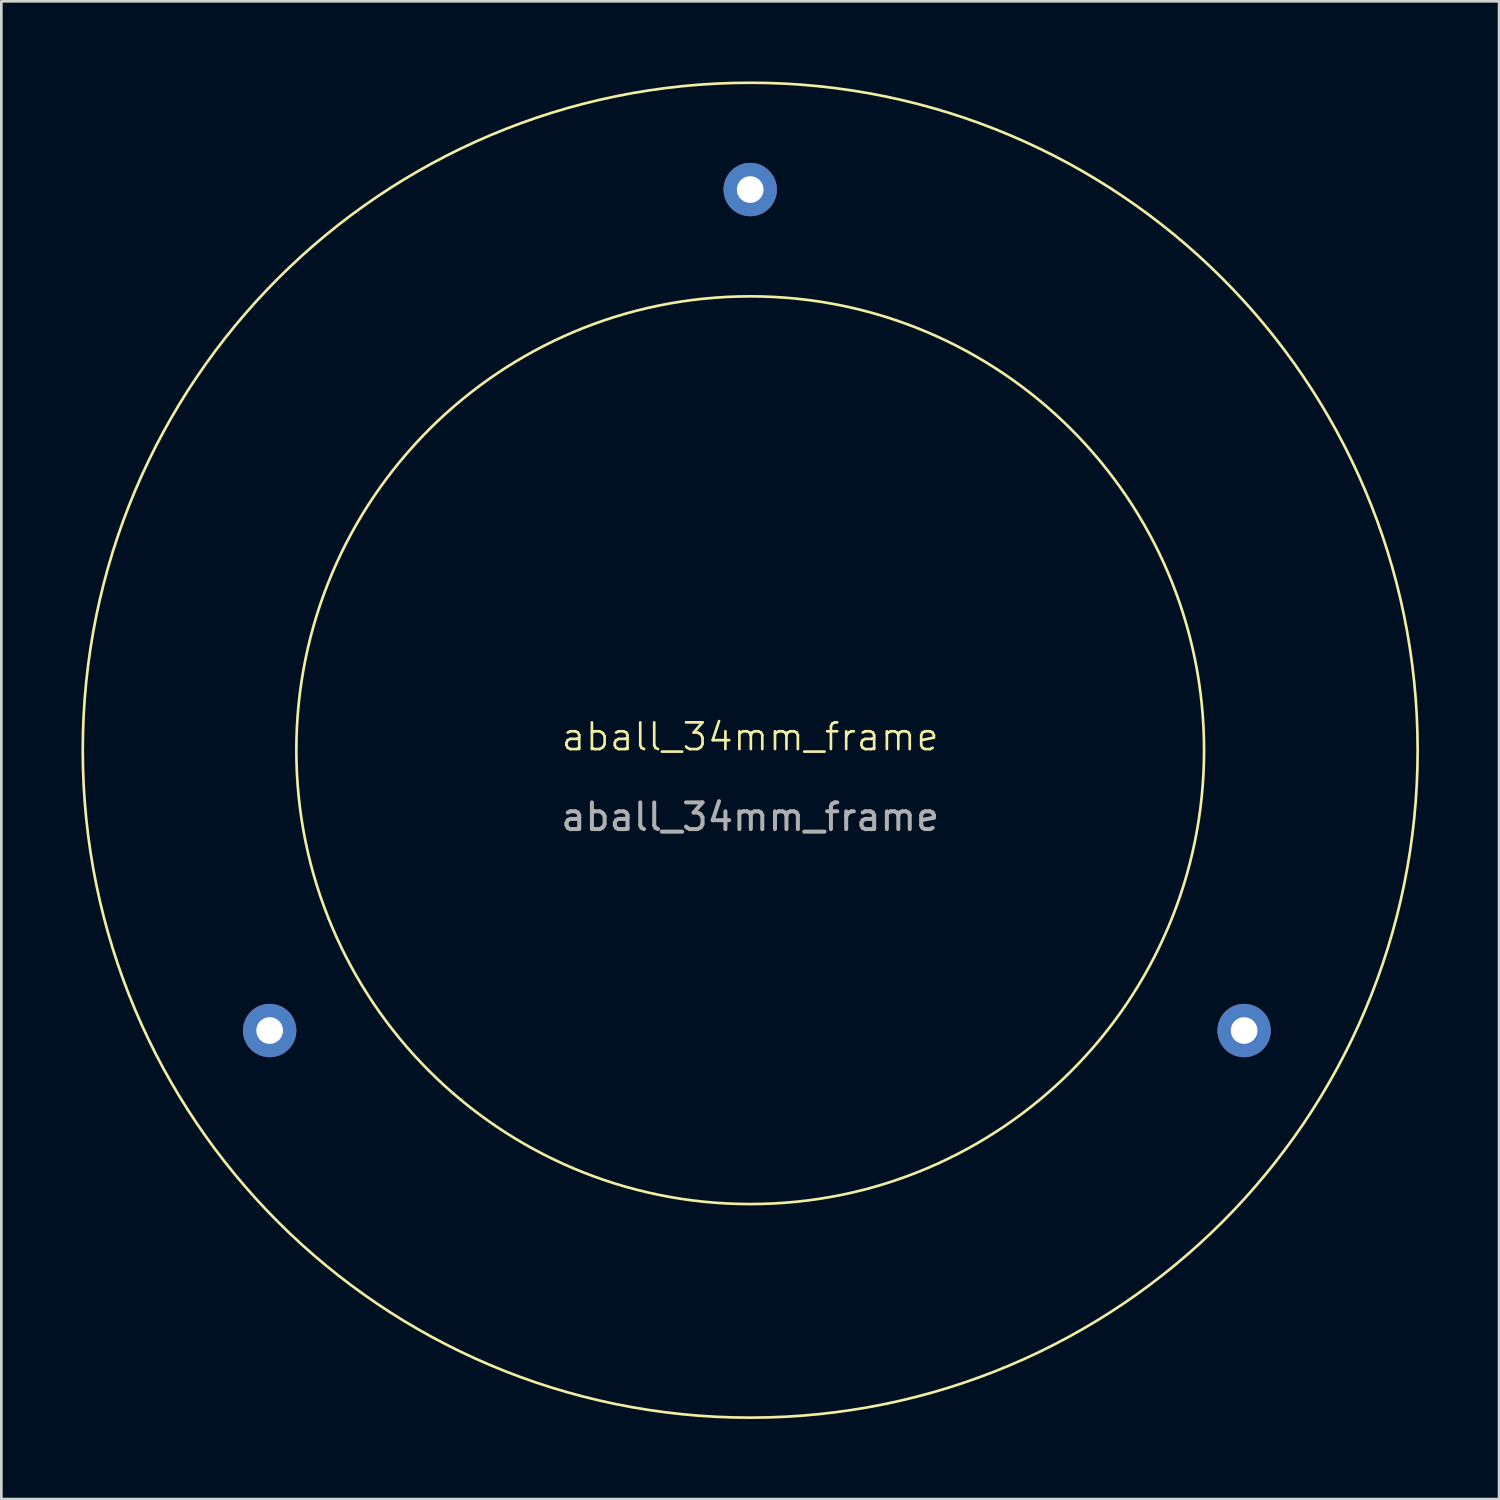
<source format=kicad_pcb>
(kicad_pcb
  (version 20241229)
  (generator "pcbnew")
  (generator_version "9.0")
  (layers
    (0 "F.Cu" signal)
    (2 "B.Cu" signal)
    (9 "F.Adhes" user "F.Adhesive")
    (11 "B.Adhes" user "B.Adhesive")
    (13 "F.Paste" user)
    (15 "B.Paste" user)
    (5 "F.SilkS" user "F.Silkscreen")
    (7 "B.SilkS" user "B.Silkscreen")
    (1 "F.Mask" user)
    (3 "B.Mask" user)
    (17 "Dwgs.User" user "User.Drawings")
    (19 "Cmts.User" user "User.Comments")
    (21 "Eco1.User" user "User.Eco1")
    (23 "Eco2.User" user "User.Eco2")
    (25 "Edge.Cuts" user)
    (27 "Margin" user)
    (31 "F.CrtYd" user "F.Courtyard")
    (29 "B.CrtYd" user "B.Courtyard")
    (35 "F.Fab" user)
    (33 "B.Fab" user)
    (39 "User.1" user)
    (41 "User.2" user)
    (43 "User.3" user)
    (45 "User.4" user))
  (footprint "aball_34mm_frame"
    (layer "F.Cu")
    (at 25.05 25.05)
    (property "Reference" "aball_34mm_frame" (at 0 -0.5 0) (unlocked yes) (layer "F.SilkS") (effects (font (size 1 1) (thickness 0.1))))
    (attr smd)
    (fp_circle (center 0 0) (end 17 0) (stroke (width 0.1) (type default)) (fill no) (layer "F.SilkS"))
    (fp_circle (center 0 0) (end 25 0) (stroke (width 0.1) (type default)) (fill no) (layer "F.SilkS"))
    (fp_text user "${REFERENCE}" (at 0 2.5 0) (unlocked yes) (layer "F.Fab") (effects (font (size 1 1) (thickness 0.15))))
    (pad "" np_thru_hole circle (at -18 10.5) (size 2 2) (drill 1) (layers "*.Cu" "*.Mask"))
    (pad "" np_thru_hole circle (at 0 -21) (size 2 2) (drill 1) (layers "*.Cu" "*.Mask"))
    (pad "" np_thru_hole circle (at 18.5 10.5) (size 2 2) (drill 1) (layers "*.Cu" "*.Mask")))
  (gr_rect
    (start -3 -3)
    (end 53.1 53.1)
    (stroke (width 0.1) (type default))
    (fill no)
    (layer "Edge.Cuts")))
</source>
